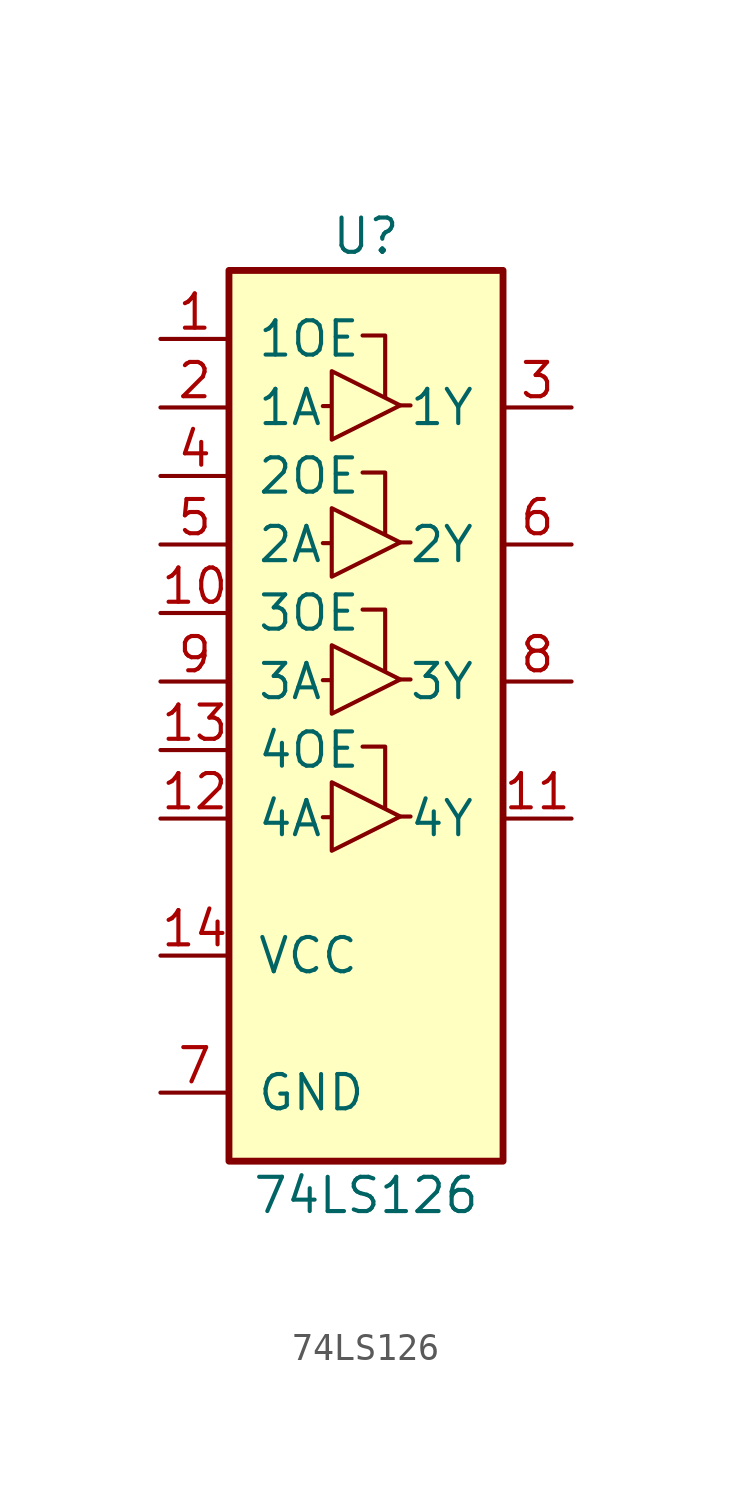
<source format=kicad_sym>
(kicad_symbol_lib
  (version 20220914)
  (generator kicad_symbol_editor)
  (symbol "74LS126"
    (pin_names
      (offset 1.016))
    (property "Reference" "U"
      (at 0 16.51 0)
      (effects (font (size 1.27 1.27))))
    (property "Value" "74LS126"
      (at 0 -19.05 0)
      (effects (font (size 1.27 1.27))))
    (symbol "74LS126_0_1"
      (polyline (pts (xy -1.295 10.211) (xy -1.6 10.211)) (stroke (width 0) (type default)) (fill (type none)))
      (polyline (pts (xy 1.295 10.236) (xy 1.651 10.236)) (stroke (width 0) (type default)) (fill (type none)))
      (polyline (pts (xy 0.711 10.566) (xy 0.711 12.827) (xy -0.127 12.827) (xy -0.102 12.827)) (stroke (width 0) (type default)) (fill (type none))))
    (symbol "74LS126_1_0"
      (polyline (pts (xy 1.27 10.236) (xy -1.27 11.506) (xy -1.27 8.966) (xy 1.27 10.236)) (stroke (width 0.152) (type default)) (fill (type none)))
      (pin input line (at -7.62 12.7 0) (length 2.54) (name "1OE" (effects (font (size 1.27 1.27)))) (number "1" (effects (font (size 1.27 1.27)))))
      (pin input line (at -7.62 2.54 0) (length 2.54) (name "3OE" (effects (font (size 1.27 1.27)))) (number "10" (effects (font (size 1.27 1.27)))))
      (pin tri_state line (at 7.62 -5.08 180) (length 2.54) (name "4Y" (effects (font (size 1.27 1.27)))) (number "11" (effects (font (size 1.27 1.27)))))
      (pin input line (at -7.62 -5.08 0) (length 2.54) (name "4A" (effects (font (size 1.27 1.27)))) (number "12" (effects (font (size 1.27 1.27)))))
      (pin input line (at -7.62 -2.54 0) (length 2.54) (name "4OE" (effects (font (size 1.27 1.27)))) (number "13" (effects (font (size 1.27 1.27)))))
      (pin power_in line (at -7.62 -10.16 0) (length 2.54) (name "VCC" (effects (font (size 1.27 1.27)))) (number "14" (effects (font (size 1.27 1.27)))))
      (pin input line (at -7.62 10.16 0) (length 2.54) (name "1A" (effects (font (size 1.27 1.27)))) (number "2" (effects (font (size 1.27 1.27)))))
      (pin tri_state line (at 7.62 10.16 180) (length 2.54) (name "1Y" (effects (font (size 1.27 1.27)))) (number "3" (effects (font (size 1.27 1.27)))))
      (pin input line (at -7.62 7.62 0) (length 2.54) (name "2OE" (effects (font (size 1.27 1.27)))) (number "4" (effects (font (size 1.27 1.27)))))
      (pin input line (at -7.62 5.08 0) (length 2.54) (name "2A" (effects (font (size 1.27 1.27)))) (number "5" (effects (font (size 1.27 1.27)))))
      (pin tri_state line (at 7.62 5.08 180) (length 2.54) (name "2Y" (effects (font (size 1.27 1.27)))) (number "6" (effects (font (size 1.27 1.27)))))
      (pin power_in line (at -7.62 -15.24 0) (length 2.54) (name "GND" (effects (font (size 1.27 1.27)))) (number "7" (effects (font (size 1.27 1.27)))))
      (pin tri_state line (at 7.62 0 180) (length 2.54) (name "3Y" (effects (font (size 1.27 1.27)))) (number "8" (effects (font (size 1.27 1.27)))))
      (pin input line (at -7.62 0 0) (length 2.54) (name "3A" (effects (font (size 1.27 1.27)))) (number "9" (effects (font (size 1.27 1.27))))))
    (symbol "74LS126_1_1"
      (rectangle (start -5.08 15.24) (end 5.08 -17.78) (stroke (width 0.254) (type default)) (fill (type background)))
      (polyline (pts (xy -1.295 -5.029) (xy -1.6 -5.029)) (stroke (width 0) (type default)) (fill (type none)))
      (polyline (pts (xy -1.295 0.051) (xy -1.6 0.051)) (stroke (width 0) (type default)) (fill (type none)))
      (polyline (pts (xy -1.295 5.131) (xy -1.6 5.131)) (stroke (width 0) (type default)) (fill (type none)))
      (polyline (pts (xy 1.295 -5.004) (xy 1.651 -5.004)) (stroke (width 0) (type default)) (fill (type none)))
      (polyline (pts (xy 1.295 0.076) (xy 1.651 0.076)) (stroke (width 0) (type default)) (fill (type none)))
      (polyline (pts (xy 1.295 5.156) (xy 1.651 5.156)) (stroke (width 0) (type default)) (fill (type none)))
      (polyline (pts (xy 0.711 -4.674) (xy 0.711 -2.413) (xy -0.127 -2.413) (xy -0.102 -2.413)) (stroke (width 0) (type default)) (fill (type none)))
      (polyline (pts (xy 0.711 0.406) (xy 0.711 2.667) (xy -0.127 2.667) (xy -0.102 2.667)) (stroke (width 0) (type default)) (fill (type none)))
      (polyline (pts (xy 0.711 5.486) (xy 0.711 7.747) (xy -0.127 7.747) (xy -0.102 7.747)) (stroke (width 0) (type default)) (fill (type none)))
      (polyline (pts (xy 1.27 -5.004) (xy -1.27 -3.734) (xy -1.27 -6.274) (xy 1.27 -5.004)) (stroke (width 0.152) (type default)) (fill (type none)))
      (polyline (pts (xy 1.27 0.076) (xy -1.27 1.346) (xy -1.27 -1.194) (xy 1.27 0.076)) (stroke (width 0.152) (type default)) (fill (type none)))
      (polyline (pts (xy 1.27 5.156) (xy -1.27 6.426) (xy -1.27 3.886) (xy 1.27 5.156)) (stroke (width 0.152) (type default)) (fill (type none))))))
</source>
